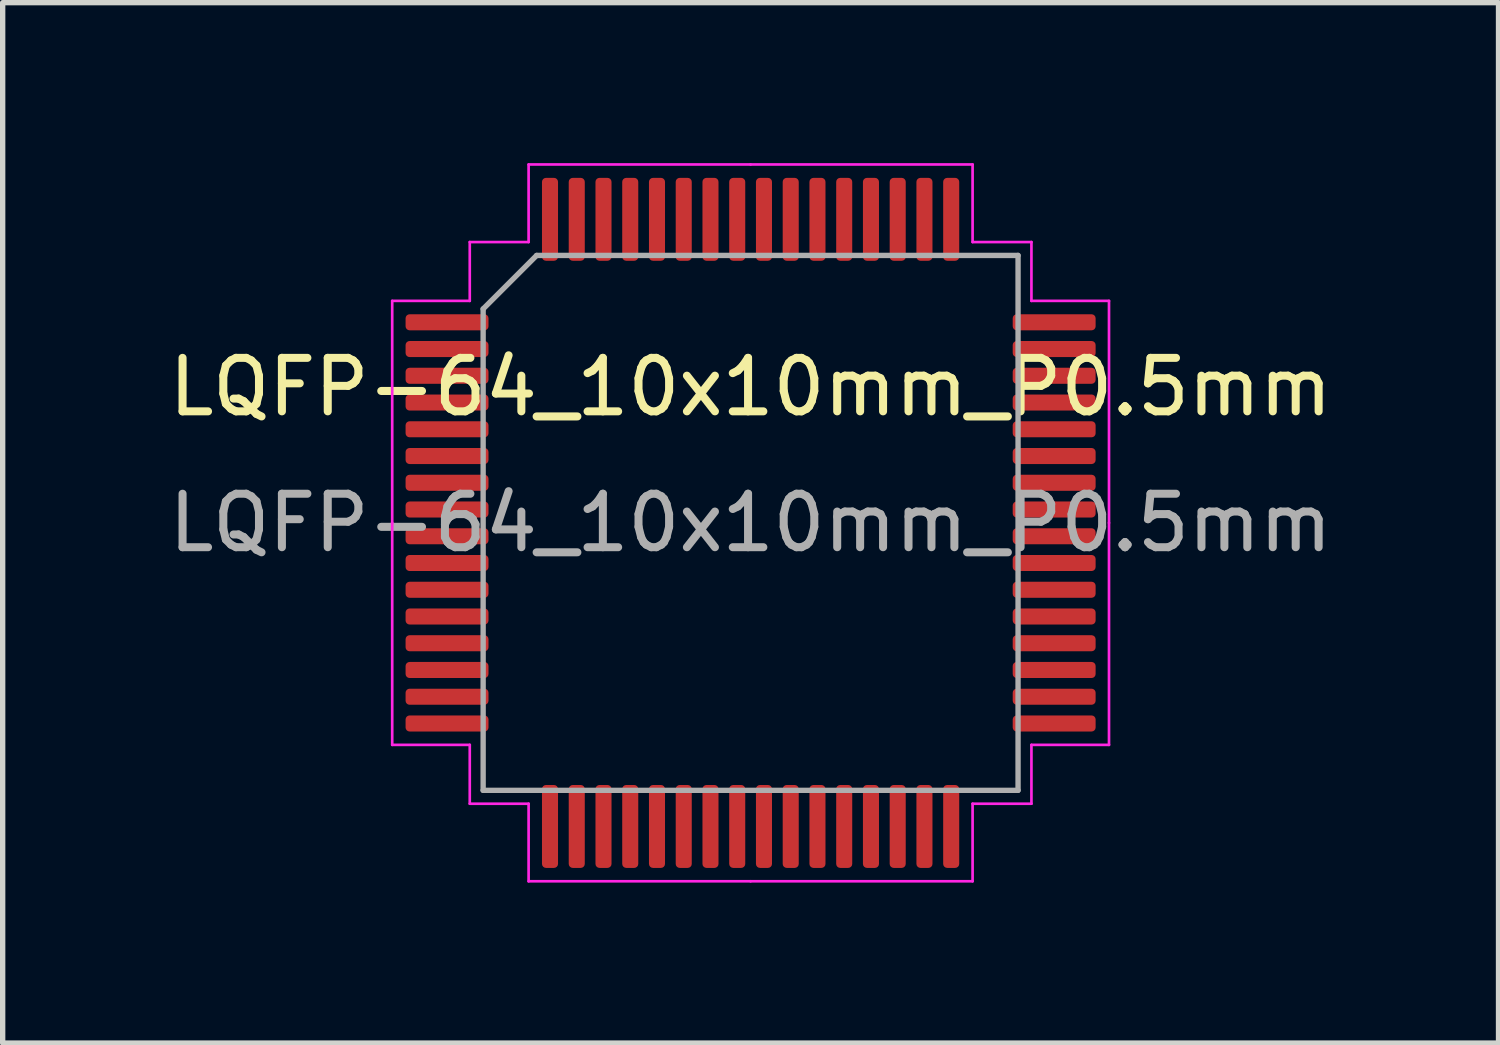
<source format=kicad_pcb>
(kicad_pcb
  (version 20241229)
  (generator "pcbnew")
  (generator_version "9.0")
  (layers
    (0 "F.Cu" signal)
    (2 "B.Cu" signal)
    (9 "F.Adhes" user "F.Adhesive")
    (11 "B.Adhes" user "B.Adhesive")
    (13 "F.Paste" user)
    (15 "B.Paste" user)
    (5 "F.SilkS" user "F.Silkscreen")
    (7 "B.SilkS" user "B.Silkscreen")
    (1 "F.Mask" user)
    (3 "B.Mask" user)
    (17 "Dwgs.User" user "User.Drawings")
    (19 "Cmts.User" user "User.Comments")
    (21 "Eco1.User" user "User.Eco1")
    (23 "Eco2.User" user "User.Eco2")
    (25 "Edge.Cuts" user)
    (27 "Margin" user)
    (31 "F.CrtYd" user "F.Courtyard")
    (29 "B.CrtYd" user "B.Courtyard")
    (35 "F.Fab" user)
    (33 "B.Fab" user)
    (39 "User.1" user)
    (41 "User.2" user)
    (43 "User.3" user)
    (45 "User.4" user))
  (footprint "LQFP-64_10x10mm_P0.5mm"
    (layer "F.Cu")
    (at 10.982 6.725)
    (property "Reference" "LQFP-64_10x10mm_P0.5mm" (at 0 -2.54 0) (layer "F.SilkS") (effects (font (size 1 1) (thickness 0.15))))
    (attr smd)
    (fp_line (start -6.7 -4.15) (end -6.7 0) (stroke (width 0.05) (type solid)) (layer "F.CrtYd"))
    (fp_line (start -6.7 4.15) (end -6.7 0) (stroke (width 0.05) (type solid)) (layer "F.CrtYd"))
    (fp_line (start -5.25 -5.25) (end -5.25 -4.15) (stroke (width 0.05) (type solid)) (layer "F.CrtYd"))
    (fp_line (start -5.25 -4.15) (end -6.7 -4.15) (stroke (width 0.05) (type solid)) (layer "F.CrtYd"))
    (fp_line (start -5.25 4.15) (end -6.7 4.15) (stroke (width 0.05) (type solid)) (layer "F.CrtYd"))
    (fp_line (start -5.25 5.25) (end -5.25 4.15) (stroke (width 0.05) (type solid)) (layer "F.CrtYd"))
    (fp_line (start -4.15 -6.7) (end -4.15 -5.25) (stroke (width 0.05) (type solid)) (layer "F.CrtYd"))
    (fp_line (start -4.15 -5.25) (end -5.25 -5.25) (stroke (width 0.05) (type solid)) (layer "F.CrtYd"))
    (fp_line (start -4.15 5.25) (end -5.25 5.25) (stroke (width 0.05) (type solid)) (layer "F.CrtYd"))
    (fp_line (start -4.15 6.7) (end -4.15 5.25) (stroke (width 0.05) (type solid)) (layer "F.CrtYd"))
    (fp_line (start 0 -6.7) (end -4.15 -6.7) (stroke (width 0.05) (type solid)) (layer "F.CrtYd"))
    (fp_line (start 0 -6.7) (end 4.15 -6.7) (stroke (width 0.05) (type solid)) (layer "F.CrtYd"))
    (fp_line (start 0 6.7) (end -4.15 6.7) (stroke (width 0.05) (type solid)) (layer "F.CrtYd"))
    (fp_line (start 0 6.7) (end 4.15 6.7) (stroke (width 0.05) (type solid)) (layer "F.CrtYd"))
    (fp_line (start 4.15 -6.7) (end 4.15 -5.25) (stroke (width 0.05) (type solid)) (layer "F.CrtYd"))
    (fp_line (start 4.15 -5.25) (end 5.25 -5.25) (stroke (width 0.05) (type solid)) (layer "F.CrtYd"))
    (fp_line (start 4.15 5.25) (end 5.25 5.25) (stroke (width 0.05) (type solid)) (layer "F.CrtYd"))
    (fp_line (start 4.15 6.7) (end 4.15 5.25) (stroke (width 0.05) (type solid)) (layer "F.CrtYd"))
    (fp_line (start 5.25 -5.25) (end 5.25 -4.15) (stroke (width 0.05) (type solid)) (layer "F.CrtYd"))
    (fp_line (start 5.25 -4.15) (end 6.7 -4.15) (stroke (width 0.05) (type solid)) (layer "F.CrtYd"))
    (fp_line (start 5.25 4.15) (end 6.7 4.15) (stroke (width 0.05) (type solid)) (layer "F.CrtYd"))
    (fp_line (start 5.25 5.25) (end 5.25 4.15) (stroke (width 0.05) (type solid)) (layer "F.CrtYd"))
    (fp_line (start 6.7 -4.15) (end 6.7 0) (stroke (width 0.05) (type solid)) (layer "F.CrtYd"))
    (fp_line (start 6.7 4.15) (end 6.7 0) (stroke (width 0.05) (type solid)) (layer "F.CrtYd"))
    (fp_line (start -5 -4) (end -4 -5) (stroke (width 0.1) (type solid)) (layer "F.Fab"))
    (fp_line (start -5 5) (end -5 -4) (stroke (width 0.1) (type solid)) (layer "F.Fab"))
    (fp_line (start -4 -5) (end 5 -5) (stroke (width 0.1) (type solid)) (layer "F.Fab"))
    (fp_line (start 5 -5) (end 5 5) (stroke (width 0.1) (type solid)) (layer "F.Fab"))
    (fp_line (start 5 5) (end -5 5) (stroke (width 0.1) (type solid)) (layer "F.Fab"))
    (fp_text user "${REFERENCE}" (at 0 0 0) (layer "F.Fab") (effects (font (size 1 1) (thickness 0.15))))
    (pad "1" smd roundrect (at -5.675 -3.75) (size 1.55 0.3) (layers "F.Cu" "F.Mask" "F.Paste") (roundrect_rratio 0.25))
    (pad "2" smd roundrect (at -5.675 -3.25) (size 1.55 0.3) (layers "F.Cu" "F.Mask" "F.Paste") (roundrect_rratio 0.25))
    (pad "3" smd roundrect (at -5.675 -2.75) (size 1.55 0.3) (layers "F.Cu" "F.Mask" "F.Paste") (roundrect_rratio 0.25))
    (pad "4" smd roundrect (at -5.675 -2.25) (size 1.55 0.3) (layers "F.Cu" "F.Mask" "F.Paste") (roundrect_rratio 0.25))
    (pad "5" smd roundrect (at -5.675 -1.75) (size 1.55 0.3) (layers "F.Cu" "F.Mask" "F.Paste") (roundrect_rratio 0.25))
    (pad "6" smd roundrect (at -5.675 -1.25) (size 1.55 0.3) (layers "F.Cu" "F.Mask" "F.Paste") (roundrect_rratio 0.25))
    (pad "7" smd roundrect (at -5.675 -0.75) (size 1.55 0.3) (layers "F.Cu" "F.Mask" "F.Paste") (roundrect_rratio 0.25))
    (pad "8" smd roundrect (at -5.675 -0.25) (size 1.55 0.3) (layers "F.Cu" "F.Mask" "F.Paste") (roundrect_rratio 0.25))
    (pad "9" smd roundrect (at -5.675 0.25) (size 1.55 0.3) (layers "F.Cu" "F.Mask" "F.Paste") (roundrect_rratio 0.25))
    (pad "10" smd roundrect (at -5.675 0.75) (size 1.55 0.3) (layers "F.Cu" "F.Mask" "F.Paste") (roundrect_rratio 0.25))
    (pad "11" smd roundrect (at -5.675 1.25) (size 1.55 0.3) (layers "F.Cu" "F.Mask" "F.Paste") (roundrect_rratio 0.25))
    (pad "12" smd roundrect (at -5.675 1.75) (size 1.55 0.3) (layers "F.Cu" "F.Mask" "F.Paste") (roundrect_rratio 0.25))
    (pad "13" smd roundrect (at -5.675 2.25) (size 1.55 0.3) (layers "F.Cu" "F.Mask" "F.Paste") (roundrect_rratio 0.25))
    (pad "14" smd roundrect (at -5.675 2.75) (size 1.55 0.3) (layers "F.Cu" "F.Mask" "F.Paste") (roundrect_rratio 0.25))
    (pad "15" smd roundrect (at -5.675 3.25) (size 1.55 0.3) (layers "F.Cu" "F.Mask" "F.Paste") (roundrect_rratio 0.25))
    (pad "16" smd roundrect (at -5.675 3.75) (size 1.55 0.3) (layers "F.Cu" "F.Mask" "F.Paste") (roundrect_rratio 0.25))
    (pad "17" smd roundrect (at -3.75 5.675) (size 0.3 1.55) (layers "F.Cu" "F.Mask" "F.Paste") (roundrect_rratio 0.25))
    (pad "18" smd roundrect (at -3.25 5.675) (size 0.3 1.55) (layers "F.Cu" "F.Mask" "F.Paste") (roundrect_rratio 0.25))
    (pad "19" smd roundrect (at -2.75 5.675) (size 0.3 1.55) (layers "F.Cu" "F.Mask" "F.Paste") (roundrect_rratio 0.25))
    (pad "20" smd roundrect (at -2.25 5.675) (size 0.3 1.55) (layers "F.Cu" "F.Mask" "F.Paste") (roundrect_rratio 0.25))
    (pad "21" smd roundrect (at -1.75 5.675) (size 0.3 1.55) (layers "F.Cu" "F.Mask" "F.Paste") (roundrect_rratio 0.25))
    (pad "22" smd roundrect (at -1.25 5.675) (size 0.3 1.55) (layers "F.Cu" "F.Mask" "F.Paste") (roundrect_rratio 0.25))
    (pad "23" smd roundrect (at -0.75 5.675) (size 0.3 1.55) (layers "F.Cu" "F.Mask" "F.Paste") (roundrect_rratio 0.25))
    (pad "24" smd roundrect (at -0.25 5.675) (size 0.3 1.55) (layers "F.Cu" "F.Mask" "F.Paste") (roundrect_rratio 0.25))
    (pad "25" smd roundrect (at 0.25 5.675) (size 0.3 1.55) (layers "F.Cu" "F.Mask" "F.Paste") (roundrect_rratio 0.25))
    (pad "26" smd roundrect (at 0.75 5.675) (size 0.3 1.55) (layers "F.Cu" "F.Mask" "F.Paste") (roundrect_rratio 0.25))
    (pad "27" smd roundrect (at 1.25 5.675) (size 0.3 1.55) (layers "F.Cu" "F.Mask" "F.Paste") (roundrect_rratio 0.25))
    (pad "28" smd roundrect (at 1.75 5.675) (size 0.3 1.55) (layers "F.Cu" "F.Mask" "F.Paste") (roundrect_rratio 0.25))
    (pad "29" smd roundrect (at 2.25 5.675) (size 0.3 1.55) (layers "F.Cu" "F.Mask" "F.Paste") (roundrect_rratio 0.25))
    (pad "30" smd roundrect (at 2.75 5.675) (size 0.3 1.55) (layers "F.Cu" "F.Mask" "F.Paste") (roundrect_rratio 0.25))
    (pad "31" smd roundrect (at 3.25 5.675) (size 0.3 1.55) (layers "F.Cu" "F.Mask" "F.Paste") (roundrect_rratio 0.25))
    (pad "32" smd roundrect (at 3.75 5.675) (size 0.3 1.55) (layers "F.Cu" "F.Mask" "F.Paste") (roundrect_rratio 0.25))
    (pad "33" smd roundrect (at 5.675 3.75) (size 1.55 0.3) (layers "F.Cu" "F.Mask" "F.Paste") (roundrect_rratio 0.25))
    (pad "34" smd roundrect (at 5.675 3.25) (size 1.55 0.3) (layers "F.Cu" "F.Mask" "F.Paste") (roundrect_rratio 0.25))
    (pad "35" smd roundrect (at 5.675 2.75) (size 1.55 0.3) (layers "F.Cu" "F.Mask" "F.Paste") (roundrect_rratio 0.25))
    (pad "36" smd roundrect (at 5.675 2.25) (size 1.55 0.3) (layers "F.Cu" "F.Mask" "F.Paste") (roundrect_rratio 0.25))
    (pad "37" smd roundrect (at 5.675 1.75) (size 1.55 0.3) (layers "F.Cu" "F.Mask" "F.Paste") (roundrect_rratio 0.25))
    (pad "38" smd roundrect (at 5.675 1.25) (size 1.55 0.3) (layers "F.Cu" "F.Mask" "F.Paste") (roundrect_rratio 0.25))
    (pad "39" smd roundrect (at 5.675 0.75) (size 1.55 0.3) (layers "F.Cu" "F.Mask" "F.Paste") (roundrect_rratio 0.25))
    (pad "40" smd roundrect (at 5.675 0.25) (size 1.55 0.3) (layers "F.Cu" "F.Mask" "F.Paste") (roundrect_rratio 0.25))
    (pad "41" smd roundrect (at 5.675 -0.25) (size 1.55 0.3) (layers "F.Cu" "F.Mask" "F.Paste") (roundrect_rratio 0.25))
    (pad "42" smd roundrect (at 5.675 -0.75) (size 1.55 0.3) (layers "F.Cu" "F.Mask" "F.Paste") (roundrect_rratio 0.25))
    (pad "43" smd roundrect (at 5.675 -1.25) (size 1.55 0.3) (layers "F.Cu" "F.Mask" "F.Paste") (roundrect_rratio 0.25))
    (pad "44" smd roundrect (at 5.675 -1.75) (size 1.55 0.3) (layers "F.Cu" "F.Mask" "F.Paste") (roundrect_rratio 0.25))
    (pad "45" smd roundrect (at 5.675 -2.25) (size 1.55 0.3) (layers "F.Cu" "F.Mask" "F.Paste") (roundrect_rratio 0.25))
    (pad "46" smd roundrect (at 5.675 -2.75) (size 1.55 0.3) (layers "F.Cu" "F.Mask" "F.Paste") (roundrect_rratio 0.25))
    (pad "47" smd roundrect (at 5.675 -3.25) (size 1.55 0.3) (layers "F.Cu" "F.Mask" "F.Paste") (roundrect_rratio 0.25))
    (pad "48" smd roundrect (at 5.675 -3.75) (size 1.55 0.3) (layers "F.Cu" "F.Mask" "F.Paste") (roundrect_rratio 0.25))
    (pad "49" smd roundrect (at 3.75 -5.675) (size 0.3 1.55) (layers "F.Cu" "F.Mask" "F.Paste") (roundrect_rratio 0.25))
    (pad "50" smd roundrect (at 3.25 -5.675) (size 0.3 1.55) (layers "F.Cu" "F.Mask" "F.Paste") (roundrect_rratio 0.25))
    (pad "51" smd roundrect (at 2.75 -5.675) (size 0.3 1.55) (layers "F.Cu" "F.Mask" "F.Paste") (roundrect_rratio 0.25))
    (pad "52" smd roundrect (at 2.25 -5.675) (size 0.3 1.55) (layers "F.Cu" "F.Mask" "F.Paste") (roundrect_rratio 0.25))
    (pad "53" smd roundrect (at 1.75 -5.675) (size 0.3 1.55) (layers "F.Cu" "F.Mask" "F.Paste") (roundrect_rratio 0.25))
    (pad "54" smd roundrect (at 1.25 -5.675) (size 0.3 1.55) (layers "F.Cu" "F.Mask" "F.Paste") (roundrect_rratio 0.25))
    (pad "55" smd roundrect (at 0.75 -5.675) (size 0.3 1.55) (layers "F.Cu" "F.Mask" "F.Paste") (roundrect_rratio 0.25))
    (pad "56" smd roundrect (at 0.25 -5.675) (size 0.3 1.55) (layers "F.Cu" "F.Mask" "F.Paste") (roundrect_rratio 0.25))
    (pad "57" smd roundrect (at -0.25 -5.675) (size 0.3 1.55) (layers "F.Cu" "F.Mask" "F.Paste") (roundrect_rratio 0.25))
    (pad "58" smd roundrect (at -0.75 -5.675) (size 0.3 1.55) (layers "F.Cu" "F.Mask" "F.Paste") (roundrect_rratio 0.25))
    (pad "59" smd roundrect (at -1.25 -5.675) (size 0.3 1.55) (layers "F.Cu" "F.Mask" "F.Paste") (roundrect_rratio 0.25))
    (pad "60" smd roundrect (at -1.75 -5.675) (size 0.3 1.55) (layers "F.Cu" "F.Mask" "F.Paste") (roundrect_rratio 0.25))
    (pad "61" smd roundrect (at -2.25 -5.675) (size 0.3 1.55) (layers "F.Cu" "F.Mask" "F.Paste") (roundrect_rratio 0.25))
    (pad "62" smd roundrect (at -2.75 -5.675) (size 0.3 1.55) (layers "F.Cu" "F.Mask" "F.Paste") (roundrect_rratio 0.25))
    (pad "63" smd roundrect (at -3.25 -5.675) (size 0.3 1.55) (layers "F.Cu" "F.Mask" "F.Paste") (roundrect_rratio 0.25))
    (pad "64" smd roundrect (at -3.75 -5.675) (size 0.3 1.55) (layers "F.Cu" "F.Mask" "F.Paste") (roundrect_rratio 0.25)))
  (gr_rect
    (start -3 -3)
    (end 24.964 16.45)
    (stroke (width 0.1) (type default))
    (fill no)
    (layer "Edge.Cuts")))
</source>
